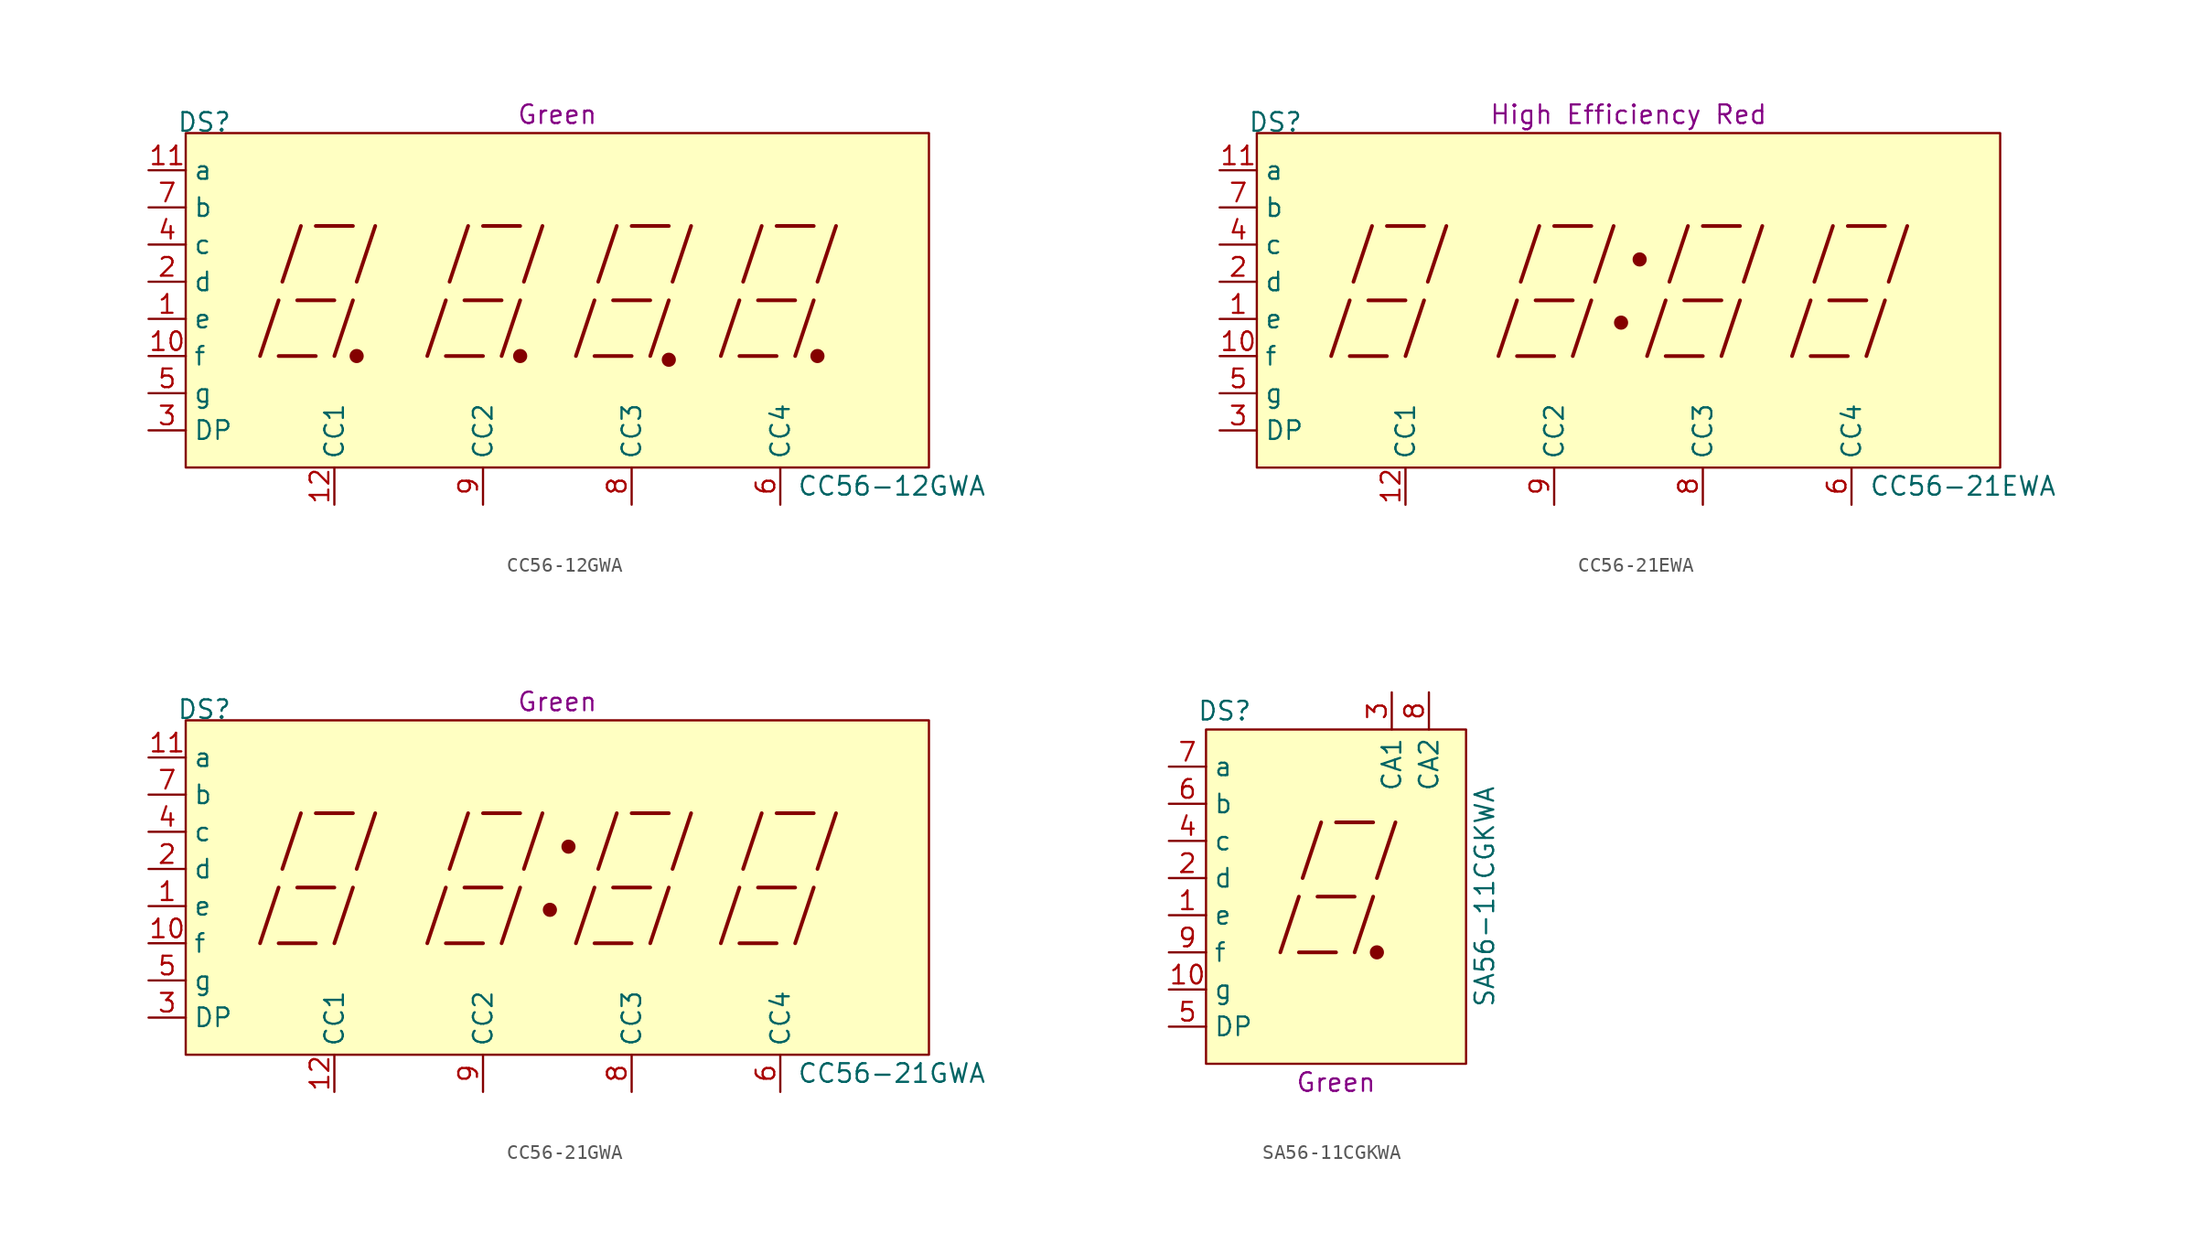
<source format=kicad_sym>
(kicad_symbol_lib
  (version 20211014)
  (generator kicad_symbol_editor)
  (symbol "CC56-12GWA"
    (property "Reference" "DS"
      (at -24.13 11.43 0)
      (effects (font (size 1.27 1.27)) (justify bottom)))
    (property "Value" "CC56-12GWA"
      (at 22.86 -12.7 0)
      (effects (font (size 1.27 1.27))))
    (property "Color" "Green"
      (at 0 12.7 0)
      (effects (font (size 1.27 1.27))))
    (symbol "CC56-12GWA_0_0"
      (rectangle (start -25.4 -11.43) (end 25.4 11.43) (stroke (width 0) (type default) (color 0 0 0 0)) (fill (type background)))
      (polyline (pts (xy -20.32 -3.81) (xy -19.05 0)) (stroke (width 0.254) (type default) (color 0 0 0 0)) (fill (type none)))
      (polyline (pts (xy -19.05 -3.81) (xy -16.51 -3.81)) (stroke (width 0.254) (type default) (color 0 0 0 0)) (fill (type none)))
      (polyline (pts (xy -18.796 1.27) (xy -17.526 5.08)) (stroke (width 0.254) (type default) (color 0 0 0 0)) (fill (type none)))
      (polyline (pts (xy -17.78 0) (xy -15.24 0)) (stroke (width 0.254) (type default) (color 0 0 0 0)) (fill (type none)))
      (polyline (pts (xy -16.51 5.08) (xy -13.97 5.08)) (stroke (width 0.254) (type default) (color 0 0 0 0)) (fill (type none)))
      (polyline (pts (xy -15.24 -3.81) (xy -13.97 0)) (stroke (width 0.254) (type default) (color 0 0 0 0)) (fill (type none)))
      (polyline (pts (xy -13.716 1.27) (xy -12.446 5.08)) (stroke (width 0.254) (type default) (color 0 0 0 0)) (fill (type none)))
      (polyline (pts (xy -8.89 -3.81) (xy -7.62 0)) (stroke (width 0.254) (type default) (color 0 0 0 0)) (fill (type none)))
      (polyline (pts (xy -7.62 -3.81) (xy -5.08 -3.81)) (stroke (width 0.254) (type default) (color 0 0 0 0)) (fill (type none)))
      (polyline (pts (xy -7.366 1.27) (xy -6.096 5.08)) (stroke (width 0.254) (type default) (color 0 0 0 0)) (fill (type none)))
      (polyline (pts (xy -6.35 0) (xy -3.81 0)) (stroke (width 0.254) (type default) (color 0 0 0 0)) (fill (type none)))
      (polyline (pts (xy -5.08 5.08) (xy -2.54 5.08)) (stroke (width 0.254) (type default) (color 0 0 0 0)) (fill (type none)))
      (polyline (pts (xy -3.81 -3.81) (xy -2.54 0)) (stroke (width 0.254) (type default) (color 0 0 0 0)) (fill (type none)))
      (polyline (pts (xy -2.286 1.27) (xy -1.016 5.08)) (stroke (width 0.254) (type default) (color 0 0 0 0)) (fill (type none)))
      (polyline (pts (xy 1.27 -3.81) (xy 2.54 0)) (stroke (width 0.254) (type default) (color 0 0 0 0)) (fill (type none)))
      (polyline (pts (xy 2.54 -3.81) (xy 5.08 -3.81)) (stroke (width 0.254) (type default) (color 0 0 0 0)) (fill (type none)))
      (polyline (pts (xy 2.794 1.27) (xy 4.064 5.08)) (stroke (width 0.254) (type default) (color 0 0 0 0)) (fill (type none)))
      (polyline (pts (xy 3.81 0) (xy 6.35 0)) (stroke (width 0.254) (type default) (color 0 0 0 0)) (fill (type none)))
      (polyline (pts (xy 5.08 5.08) (xy 7.62 5.08)) (stroke (width 0.254) (type default) (color 0 0 0 0)) (fill (type none)))
      (polyline (pts (xy 6.35 -3.81) (xy 7.62 0)) (stroke (width 0.254) (type default) (color 0 0 0 0)) (fill (type none)))
      (polyline (pts (xy 7.874 1.27) (xy 9.144 5.08)) (stroke (width 0.254) (type default) (color 0 0 0 0)) (fill (type none)))
      (polyline (pts (xy 11.176 -3.81) (xy 12.446 0)) (stroke (width 0.254) (type default) (color 0 0 0 0)) (fill (type none)))
      (polyline (pts (xy 12.446 -3.81) (xy 14.986 -3.81)) (stroke (width 0.254) (type default) (color 0 0 0 0)) (fill (type none)))
      (polyline (pts (xy 12.7 1.27) (xy 13.97 5.08)) (stroke (width 0.254) (type default) (color 0 0 0 0)) (fill (type none)))
      (polyline (pts (xy 13.716 0) (xy 16.256 0)) (stroke (width 0.254) (type default) (color 0 0 0 0)) (fill (type none)))
      (polyline (pts (xy 14.986 5.08) (xy 17.526 5.08)) (stroke (width 0.254) (type default) (color 0 0 0 0)) (fill (type none)))
      (polyline (pts (xy 16.256 -3.81) (xy 17.526 0)) (stroke (width 0.254) (type default) (color 0 0 0 0)) (fill (type none)))
      (polyline (pts (xy 17.78 1.27) (xy 19.05 5.08)) (stroke (width 0.254) (type default) (color 0 0 0 0)) (fill (type none))))
    (symbol "CC56-12GWA_0_1"
      (circle (center -13.716 -3.81) (radius 0.356) (stroke (width 0.254) (type default) (color 0 0 0 0)) (fill (type outline)))
      (circle (center -2.54 -3.81) (radius 0.356) (stroke (width 0.254) (type default) (color 0 0 0 0)) (fill (type outline))))
    (symbol "CC56-12GWA_1_0"
      (circle (center 7.62 -4.064) (radius 0.356) (stroke (width 0.254) (type default) (color 0 0 0 0)) (fill (type outline)))
      (circle (center 17.78 -3.81) (radius 0.356) (stroke (width 0.254) (type default) (color 0 0 0 0)) (fill (type outline))))
    (symbol "CC56-12GWA_1_1"
      (pin passive line (at -27.94 -1.27 0) (length 2.54) (name "e" (effects (font (size 1.27 1.27)))) (number "1" (effects (font (size 1.27 1.27)))))
      (pin passive line (at -27.94 -3.81 0) (length 2.54) (name "f" (effects (font (size 1.27 1.27)))) (number "10" (effects (font (size 1.27 1.27)))))
      (pin passive line (at -27.94 8.89 0) (length 2.54) (name "a" (effects (font (size 1.27 1.27)))) (number "11" (effects (font (size 1.27 1.27)))))
      (pin passive line (at -15.24 -13.97 90) (length 2.54) (name "CC1" (effects (font (size 1.27 1.27)))) (number "12" (effects (font (size 1.27 1.27)))))
      (pin passive line (at -27.94 1.27 0) (length 2.54) (name "d" (effects (font (size 1.27 1.27)))) (number "2" (effects (font (size 1.27 1.27)))))
      (pin passive line (at -27.94 -8.89 0) (length 2.54) (name "DP" (effects (font (size 1.27 1.27)))) (number "3" (effects (font (size 1.27 1.27)))))
      (pin passive line (at -27.94 3.81 0) (length 2.54) (name "c" (effects (font (size 1.27 1.27)))) (number "4" (effects (font (size 1.27 1.27)))))
      (pin passive line (at -27.94 -6.35 0) (length 2.54) (name "g" (effects (font (size 1.27 1.27)))) (number "5" (effects (font (size 1.27 1.27)))))
      (pin passive line (at 15.24 -13.97 90) (length 2.54) (name "CC4" (effects (font (size 1.27 1.27)))) (number "6" (effects (font (size 1.27 1.27)))))
      (pin passive line (at -27.94 6.35 0) (length 2.54) (name "b" (effects (font (size 1.27 1.27)))) (number "7" (effects (font (size 1.27 1.27)))))
      (pin passive line (at 5.08 -13.97 90) (length 2.54) (name "CC3" (effects (font (size 1.27 1.27)))) (number "8" (effects (font (size 1.27 1.27)))))
      (pin passive line (at -5.08 -13.97 90) (length 2.54) (name "CC2" (effects (font (size 1.27 1.27)))) (number "9" (effects (font (size 1.27 1.27)))))))
  (symbol "CC56-21EWA"
    (property "Reference" "DS"
      (at -24.13 11.43 0)
      (effects (font (size 1.27 1.27)) (justify bottom)))
    (property "Value" "CC56-21EWA"
      (at 22.86 -12.7 0)
      (effects (font (size 1.27 1.27))))
    (property "Color" "High Efficiency Red"
      (at 0 12.7 0)
      (effects (font (size 1.27 1.27))))
    (symbol "CC56-21EWA_0_0"
      (rectangle (start -25.4 -11.43) (end 25.4 11.43) (stroke (width 0) (type default) (color 0 0 0 0)) (fill (type background)))
      (polyline (pts (xy -20.32 -3.81) (xy -19.05 0)) (stroke (width 0.254) (type default) (color 0 0 0 0)) (fill (type none)))
      (polyline (pts (xy -19.05 -3.81) (xy -16.51 -3.81)) (stroke (width 0.254) (type default) (color 0 0 0 0)) (fill (type none)))
      (polyline (pts (xy -18.796 1.27) (xy -17.526 5.08)) (stroke (width 0.254) (type default) (color 0 0 0 0)) (fill (type none)))
      (polyline (pts (xy -17.78 0) (xy -15.24 0)) (stroke (width 0.254) (type default) (color 0 0 0 0)) (fill (type none)))
      (polyline (pts (xy -16.51 5.08) (xy -13.97 5.08)) (stroke (width 0.254) (type default) (color 0 0 0 0)) (fill (type none)))
      (polyline (pts (xy -15.24 -3.81) (xy -13.97 0)) (stroke (width 0.254) (type default) (color 0 0 0 0)) (fill (type none)))
      (polyline (pts (xy -13.716 1.27) (xy -12.446 5.08)) (stroke (width 0.254) (type default) (color 0 0 0 0)) (fill (type none)))
      (polyline (pts (xy -8.89 -3.81) (xy -7.62 0)) (stroke (width 0.254) (type default) (color 0 0 0 0)) (fill (type none)))
      (polyline (pts (xy -7.62 -3.81) (xy -5.08 -3.81)) (stroke (width 0.254) (type default) (color 0 0 0 0)) (fill (type none)))
      (polyline (pts (xy -7.366 1.27) (xy -6.096 5.08)) (stroke (width 0.254) (type default) (color 0 0 0 0)) (fill (type none)))
      (polyline (pts (xy -6.35 0) (xy -3.81 0)) (stroke (width 0.254) (type default) (color 0 0 0 0)) (fill (type none)))
      (polyline (pts (xy -5.08 5.08) (xy -2.54 5.08)) (stroke (width 0.254) (type default) (color 0 0 0 0)) (fill (type none)))
      (polyline (pts (xy -3.81 -3.81) (xy -2.54 0)) (stroke (width 0.254) (type default) (color 0 0 0 0)) (fill (type none)))
      (polyline (pts (xy -2.286 1.27) (xy -1.016 5.08)) (stroke (width 0.254) (type default) (color 0 0 0 0)) (fill (type none)))
      (polyline (pts (xy 1.27 -3.81) (xy 2.54 0)) (stroke (width 0.254) (type default) (color 0 0 0 0)) (fill (type none)))
      (polyline (pts (xy 2.54 -3.81) (xy 5.08 -3.81)) (stroke (width 0.254) (type default) (color 0 0 0 0)) (fill (type none)))
      (polyline (pts (xy 2.794 1.27) (xy 4.064 5.08)) (stroke (width 0.254) (type default) (color 0 0 0 0)) (fill (type none)))
      (polyline (pts (xy 3.81 0) (xy 6.35 0)) (stroke (width 0.254) (type default) (color 0 0 0 0)) (fill (type none)))
      (polyline (pts (xy 5.08 5.08) (xy 7.62 5.08)) (stroke (width 0.254) (type default) (color 0 0 0 0)) (fill (type none)))
      (polyline (pts (xy 6.35 -3.81) (xy 7.62 0)) (stroke (width 0.254) (type default) (color 0 0 0 0)) (fill (type none)))
      (polyline (pts (xy 7.874 1.27) (xy 9.144 5.08)) (stroke (width 0.254) (type default) (color 0 0 0 0)) (fill (type none)))
      (polyline (pts (xy 11.176 -3.81) (xy 12.446 0)) (stroke (width 0.254) (type default) (color 0 0 0 0)) (fill (type none)))
      (polyline (pts (xy 12.446 -3.81) (xy 14.986 -3.81)) (stroke (width 0.254) (type default) (color 0 0 0 0)) (fill (type none)))
      (polyline (pts (xy 12.7 1.27) (xy 13.97 5.08)) (stroke (width 0.254) (type default) (color 0 0 0 0)) (fill (type none)))
      (polyline (pts (xy 13.716 0) (xy 16.256 0)) (stroke (width 0.254) (type default) (color 0 0 0 0)) (fill (type none)))
      (polyline (pts (xy 14.986 5.08) (xy 17.526 5.08)) (stroke (width 0.254) (type default) (color 0 0 0 0)) (fill (type none)))
      (polyline (pts (xy 16.256 -3.81) (xy 17.526 0)) (stroke (width 0.254) (type default) (color 0 0 0 0)) (fill (type none)))
      (polyline (pts (xy 17.78 1.27) (xy 19.05 5.08)) (stroke (width 0.254) (type default) (color 0 0 0 0)) (fill (type none))))
    (symbol "CC56-21EWA_0_1"
      (circle (center -0.508 -1.524) (radius 0.356) (stroke (width 0.254) (type default) (color 0 0 0 0)) (fill (type outline)))
      (circle (center 0.762 2.794) (radius 0.356) (stroke (width 0.254) (type default) (color 0 0 0 0)) (fill (type outline))))
    (symbol "CC56-21EWA_1_1"
      (pin passive line (at -27.94 -1.27 0) (length 2.54) (name "e" (effects (font (size 1.27 1.27)))) (number "1" (effects (font (size 1.27 1.27)))))
      (pin passive line (at -27.94 -3.81 0) (length 2.54) (name "f" (effects (font (size 1.27 1.27)))) (number "10" (effects (font (size 1.27 1.27)))))
      (pin passive line (at -27.94 8.89 0) (length 2.54) (name "a" (effects (font (size 1.27 1.27)))) (number "11" (effects (font (size 1.27 1.27)))))
      (pin passive line (at -15.24 -13.97 90) (length 2.54) (name "CC1" (effects (font (size 1.27 1.27)))) (number "12" (effects (font (size 1.27 1.27)))))
      (pin passive line (at -27.94 1.27 0) (length 2.54) (name "d" (effects (font (size 1.27 1.27)))) (number "2" (effects (font (size 1.27 1.27)))))
      (pin passive line (at -27.94 -8.89 0) (length 2.54) (name "DP" (effects (font (size 1.27 1.27)))) (number "3" (effects (font (size 1.27 1.27)))))
      (pin passive line (at -27.94 3.81 0) (length 2.54) (name "c" (effects (font (size 1.27 1.27)))) (number "4" (effects (font (size 1.27 1.27)))))
      (pin passive line (at -27.94 -6.35 0) (length 2.54) (name "g" (effects (font (size 1.27 1.27)))) (number "5" (effects (font (size 1.27 1.27)))))
      (pin passive line (at 15.24 -13.97 90) (length 2.54) (name "CC4" (effects (font (size 1.27 1.27)))) (number "6" (effects (font (size 1.27 1.27)))))
      (pin passive line (at -27.94 6.35 0) (length 2.54) (name "b" (effects (font (size 1.27 1.27)))) (number "7" (effects (font (size 1.27 1.27)))))
      (pin passive line (at 5.08 -13.97 90) (length 2.54) (name "CC3" (effects (font (size 1.27 1.27)))) (number "8" (effects (font (size 1.27 1.27)))))
      (pin passive line (at -5.08 -13.97 90) (length 2.54) (name "CC2" (effects (font (size 1.27 1.27)))) (number "9" (effects (font (size 1.27 1.27)))))))
  (symbol "CC56-21GWA"
    (property "Reference" "DS"
      (at -24.13 11.43 0)
      (effects (font (size 1.27 1.27)) (justify bottom)))
    (property "Value" "CC56-21GWA"
      (at 22.86 -12.7 0)
      (effects (font (size 1.27 1.27))))
    (property "Color" "Green"
      (at 0 12.7 0)
      (effects (font (size 1.27 1.27))))
    (symbol "CC56-21GWA_0_0"
      (rectangle (start -25.4 -11.43) (end 25.4 11.43) (stroke (width 0) (type default) (color 0 0 0 0)) (fill (type background)))
      (polyline (pts (xy -20.32 -3.81) (xy -19.05 0)) (stroke (width 0.254) (type default) (color 0 0 0 0)) (fill (type none)))
      (polyline (pts (xy -19.05 -3.81) (xy -16.51 -3.81)) (stroke (width 0.254) (type default) (color 0 0 0 0)) (fill (type none)))
      (polyline (pts (xy -18.796 1.27) (xy -17.526 5.08)) (stroke (width 0.254) (type default) (color 0 0 0 0)) (fill (type none)))
      (polyline (pts (xy -17.78 0) (xy -15.24 0)) (stroke (width 0.254) (type default) (color 0 0 0 0)) (fill (type none)))
      (polyline (pts (xy -16.51 5.08) (xy -13.97 5.08)) (stroke (width 0.254) (type default) (color 0 0 0 0)) (fill (type none)))
      (polyline (pts (xy -15.24 -3.81) (xy -13.97 0)) (stroke (width 0.254) (type default) (color 0 0 0 0)) (fill (type none)))
      (polyline (pts (xy -13.716 1.27) (xy -12.446 5.08)) (stroke (width 0.254) (type default) (color 0 0 0 0)) (fill (type none)))
      (polyline (pts (xy -8.89 -3.81) (xy -7.62 0)) (stroke (width 0.254) (type default) (color 0 0 0 0)) (fill (type none)))
      (polyline (pts (xy -7.62 -3.81) (xy -5.08 -3.81)) (stroke (width 0.254) (type default) (color 0 0 0 0)) (fill (type none)))
      (polyline (pts (xy -7.366 1.27) (xy -6.096 5.08)) (stroke (width 0.254) (type default) (color 0 0 0 0)) (fill (type none)))
      (polyline (pts (xy -6.35 0) (xy -3.81 0)) (stroke (width 0.254) (type default) (color 0 0 0 0)) (fill (type none)))
      (polyline (pts (xy -5.08 5.08) (xy -2.54 5.08)) (stroke (width 0.254) (type default) (color 0 0 0 0)) (fill (type none)))
      (polyline (pts (xy -3.81 -3.81) (xy -2.54 0)) (stroke (width 0.254) (type default) (color 0 0 0 0)) (fill (type none)))
      (polyline (pts (xy -2.286 1.27) (xy -1.016 5.08)) (stroke (width 0.254) (type default) (color 0 0 0 0)) (fill (type none)))
      (polyline (pts (xy 1.27 -3.81) (xy 2.54 0)) (stroke (width 0.254) (type default) (color 0 0 0 0)) (fill (type none)))
      (polyline (pts (xy 2.54 -3.81) (xy 5.08 -3.81)) (stroke (width 0.254) (type default) (color 0 0 0 0)) (fill (type none)))
      (polyline (pts (xy 2.794 1.27) (xy 4.064 5.08)) (stroke (width 0.254) (type default) (color 0 0 0 0)) (fill (type none)))
      (polyline (pts (xy 3.81 0) (xy 6.35 0)) (stroke (width 0.254) (type default) (color 0 0 0 0)) (fill (type none)))
      (polyline (pts (xy 5.08 5.08) (xy 7.62 5.08)) (stroke (width 0.254) (type default) (color 0 0 0 0)) (fill (type none)))
      (polyline (pts (xy 6.35 -3.81) (xy 7.62 0)) (stroke (width 0.254) (type default) (color 0 0 0 0)) (fill (type none)))
      (polyline (pts (xy 7.874 1.27) (xy 9.144 5.08)) (stroke (width 0.254) (type default) (color 0 0 0 0)) (fill (type none)))
      (polyline (pts (xy 11.176 -3.81) (xy 12.446 0)) (stroke (width 0.254) (type default) (color 0 0 0 0)) (fill (type none)))
      (polyline (pts (xy 12.446 -3.81) (xy 14.986 -3.81)) (stroke (width 0.254) (type default) (color 0 0 0 0)) (fill (type none)))
      (polyline (pts (xy 12.7 1.27) (xy 13.97 5.08)) (stroke (width 0.254) (type default) (color 0 0 0 0)) (fill (type none)))
      (polyline (pts (xy 13.716 0) (xy 16.256 0)) (stroke (width 0.254) (type default) (color 0 0 0 0)) (fill (type none)))
      (polyline (pts (xy 14.986 5.08) (xy 17.526 5.08)) (stroke (width 0.254) (type default) (color 0 0 0 0)) (fill (type none)))
      (polyline (pts (xy 16.256 -3.81) (xy 17.526 0)) (stroke (width 0.254) (type default) (color 0 0 0 0)) (fill (type none)))
      (polyline (pts (xy 17.78 1.27) (xy 19.05 5.08)) (stroke (width 0.254) (type default) (color 0 0 0 0)) (fill (type none))))
    (symbol "CC56-21GWA_0_1"
      (circle (center -0.508 -1.524) (radius 0.356) (stroke (width 0.254) (type default) (color 0 0 0 0)) (fill (type outline)))
      (circle (center 0.762 2.794) (radius 0.356) (stroke (width 0.254) (type default) (color 0 0 0 0)) (fill (type outline))))
    (symbol "CC56-21GWA_1_1"
      (pin passive line (at -27.94 -1.27 0) (length 2.54) (name "e" (effects (font (size 1.27 1.27)))) (number "1" (effects (font (size 1.27 1.27)))))
      (pin passive line (at -27.94 -3.81 0) (length 2.54) (name "f" (effects (font (size 1.27 1.27)))) (number "10" (effects (font (size 1.27 1.27)))))
      (pin passive line (at -27.94 8.89 0) (length 2.54) (name "a" (effects (font (size 1.27 1.27)))) (number "11" (effects (font (size 1.27 1.27)))))
      (pin passive line (at -15.24 -13.97 90) (length 2.54) (name "CC1" (effects (font (size 1.27 1.27)))) (number "12" (effects (font (size 1.27 1.27)))))
      (pin passive line (at -27.94 1.27 0) (length 2.54) (name "d" (effects (font (size 1.27 1.27)))) (number "2" (effects (font (size 1.27 1.27)))))
      (pin passive line (at -27.94 -8.89 0) (length 2.54) (name "DP" (effects (font (size 1.27 1.27)))) (number "3" (effects (font (size 1.27 1.27)))))
      (pin passive line (at -27.94 3.81 0) (length 2.54) (name "c" (effects (font (size 1.27 1.27)))) (number "4" (effects (font (size 1.27 1.27)))))
      (pin passive line (at -27.94 -6.35 0) (length 2.54) (name "g" (effects (font (size 1.27 1.27)))) (number "5" (effects (font (size 1.27 1.27)))))
      (pin passive line (at 15.24 -13.97 90) (length 2.54) (name "CC4" (effects (font (size 1.27 1.27)))) (number "6" (effects (font (size 1.27 1.27)))))
      (pin passive line (at -27.94 6.35 0) (length 2.54) (name "b" (effects (font (size 1.27 1.27)))) (number "7" (effects (font (size 1.27 1.27)))))
      (pin passive line (at 5.08 -13.97 90) (length 2.54) (name "CC3" (effects (font (size 1.27 1.27)))) (number "8" (effects (font (size 1.27 1.27)))))
      (pin passive line (at -5.08 -13.97 90) (length 2.54) (name "CC2" (effects (font (size 1.27 1.27)))) (number "9" (effects (font (size 1.27 1.27)))))))
  (symbol "SA56-11CGKWA"
    (property "Reference" "DS"
      (at -7.62 12.7 0)
      (effects (font (size 1.27 1.27))))
    (property "Value" "SA56-11CGKWA"
      (at 10.16 0 90)
      (effects (font (size 1.27 1.27))))
    (property "Color" "Green"
      (at 0 -12.7 0)
      (effects (font (size 1.27 1.27))))
    (symbol "SA56-11CGKWA_0_0"
      (rectangle (start -8.89 11.43) (end 8.89 -11.43) (stroke (width 0) (type default) (color 0 0 0 0)) (fill (type background)))
      (polyline (pts (xy -3.81 -3.81) (xy -2.54 0)) (stroke (width 0.254) (type default) (color 0 0 0 0)) (fill (type none)))
      (polyline (pts (xy -2.54 -3.81) (xy 0 -3.81)) (stroke (width 0.254) (type default) (color 0 0 0 0)) (fill (type none)))
      (polyline (pts (xy -2.286 1.27) (xy -1.016 5.08)) (stroke (width 0.254) (type default) (color 0 0 0 0)) (fill (type none)))
      (polyline (pts (xy -1.27 0) (xy 1.27 0)) (stroke (width 0.254) (type default) (color 0 0 0 0)) (fill (type none)))
      (polyline (pts (xy 0 5.08) (xy 2.54 5.08)) (stroke (width 0.254) (type default) (color 0 0 0 0)) (fill (type none)))
      (polyline (pts (xy 1.27 -3.81) (xy 2.54 0)) (stroke (width 0.254) (type default) (color 0 0 0 0)) (fill (type none)))
      (polyline (pts (xy 2.794 1.27) (xy 4.064 5.08)) (stroke (width 0.254) (type default) (color 0 0 0 0)) (fill (type none))))
    (symbol "SA56-11CGKWA_0_1"
      (circle (center 2.794 -3.81) (radius 0.356) (stroke (width 0.254) (type default) (color 0 0 0 0)) (fill (type outline))))
    (symbol "SA56-11CGKWA_1_1"
      (pin passive line (at -11.43 -1.27 0) (length 2.54) (name "e" (effects (font (size 1.27 1.27)))) (number "1" (effects (font (size 1.27 1.27)))))
      (pin passive line (at -11.43 -6.35 0) (length 2.54) (name "g" (effects (font (size 1.27 1.27)))) (number "10" (effects (font (size 1.27 1.27)))))
      (pin passive line (at -11.43 1.27 0) (length 2.54) (name "d" (effects (font (size 1.27 1.27)))) (number "2" (effects (font (size 1.27 1.27)))))
      (pin passive line (at 3.81 13.97 270) (length 2.54) (name "CA1" (effects (font (size 1.27 1.27)))) (number "3" (effects (font (size 1.27 1.27)))))
      (pin passive line (at -11.43 3.81 0) (length 2.54) (name "c" (effects (font (size 1.27 1.27)))) (number "4" (effects (font (size 1.27 1.27)))))
      (pin passive line (at -11.43 -8.89 0) (length 2.54) (name "DP" (effects (font (size 1.27 1.27)))) (number "5" (effects (font (size 1.27 1.27)))))
      (pin passive line (at -11.43 6.35 0) (length 2.54) (name "b" (effects (font (size 1.27 1.27)))) (number "6" (effects (font (size 1.27 1.27)))))
      (pin passive line (at -11.43 8.89 0) (length 2.54) (name "a" (effects (font (size 1.27 1.27)))) (number "7" (effects (font (size 1.27 1.27)))))
      (pin passive line (at 6.35 13.97 270) (length 2.54) (name "CA2" (effects (font (size 1.27 1.27)))) (number "8" (effects (font (size 1.27 1.27)))))
      (pin passive line (at -11.43 -3.81 0) (length 2.54) (name "f" (effects (font (size 1.27 1.27)))) (number "9" (effects (font (size 1.27 1.27))))))))
</source>
